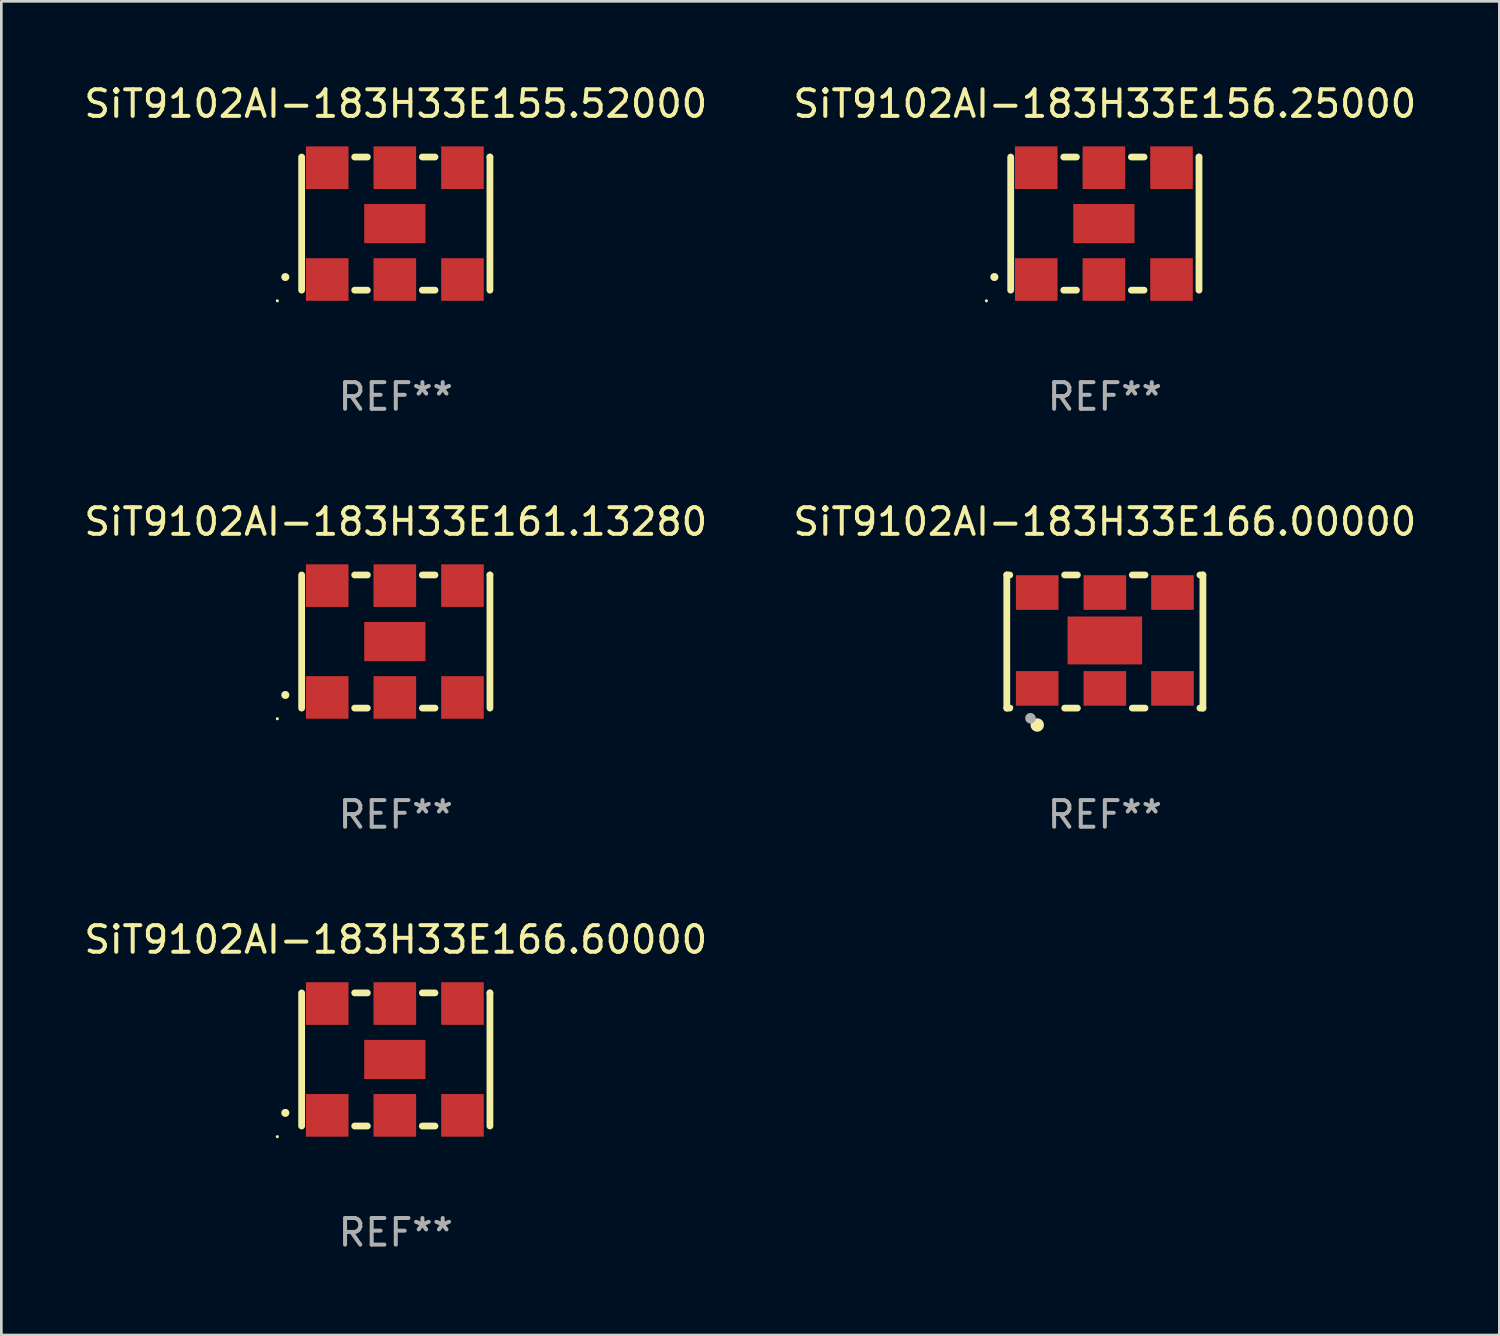
<source format=kicad_pcb>
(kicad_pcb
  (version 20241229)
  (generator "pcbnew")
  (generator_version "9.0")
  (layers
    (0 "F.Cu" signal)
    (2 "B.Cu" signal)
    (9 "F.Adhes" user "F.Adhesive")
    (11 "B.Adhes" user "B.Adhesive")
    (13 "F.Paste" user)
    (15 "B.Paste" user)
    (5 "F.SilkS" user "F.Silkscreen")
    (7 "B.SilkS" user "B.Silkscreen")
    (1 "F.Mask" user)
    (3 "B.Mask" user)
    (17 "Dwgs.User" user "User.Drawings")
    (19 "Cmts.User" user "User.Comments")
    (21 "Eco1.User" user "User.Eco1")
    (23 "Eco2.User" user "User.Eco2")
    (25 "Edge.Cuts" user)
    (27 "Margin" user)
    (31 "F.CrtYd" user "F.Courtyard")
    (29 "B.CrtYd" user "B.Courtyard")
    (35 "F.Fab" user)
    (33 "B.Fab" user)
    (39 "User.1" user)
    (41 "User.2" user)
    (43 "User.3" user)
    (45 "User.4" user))
  (footprint "SiT9102AI-183H33E166.00000"
    (layer "F.Cu")
    (at 38.446 21.045)
    (property "Reference" "SiT9102AI-183H33E166.00000" (at 0 -4.5 0) (layer "F.SilkS") (effects (font (size 1 1) (thickness 0.15))))
    (attr through_hole)
    (fp_line (start -3.683 -2.5) (end -3.571 -2.5) (stroke (width 0.254) (type solid)) (layer "F.SilkS"))
    (fp_line (start -3.683 2.5) (end -3.683 -2.5) (stroke (width 0.254) (type solid)) (layer "F.SilkS"))
    (fp_line (start -3.683 2.5) (end -3.571 2.5) (stroke (width 0.254) (type solid)) (layer "F.SilkS"))
    (fp_line (start -1.509 -2.5) (end -1.031 -2.5) (stroke (width 0.254) (type solid)) (layer "F.SilkS"))
    (fp_line (start -1.509 2.5) (end -1.031 2.5) (stroke (width 0.254) (type solid)) (layer "F.SilkS"))
    (fp_line (start 1.031 -2.5) (end 1.509 -2.5) (stroke (width 0.254) (type solid)) (layer "F.SilkS"))
    (fp_line (start 1.031 2.5) (end 1.509 2.5) (stroke (width 0.254) (type solid)) (layer "F.SilkS"))
    (fp_line (start 3.571 -2.5) (end 3.683 -2.5) (stroke (width 0.254) (type solid)) (layer "F.SilkS"))
    (fp_line (start 3.571 2.5) (end 3.683 2.5) (stroke (width 0.254) (type solid)) (layer "F.SilkS"))
    (fp_line (start 3.683 2.5) (end 3.683 -2.5) (stroke (width 0.254) (type solid)) (layer "F.SilkS"))
    (fp_circle (center -3.5 2.46) (end -3.47 2.46) (stroke (width 0.06) (type solid)) (fill no) (layer "F.SilkS"))
    (fp_circle (center -2.54 3.135) (end -2.413 3.135) (stroke (width 0.254) (type solid)) (fill no) (layer "F.SilkS"))
    (fp_circle (center -2.794 2.881) (end -2.694 2.881) (stroke (width 0.2) (type solid)) (fill no) (layer "F.Fab"))
    (fp_text user "REF**" (at 0 6.5 0) (layer "F.Fab") (effects (font (size 1 1) (thickness 0.15))))
    (pad "1" smd rect (at -2.54 1.76) (size 1.6 1.3) (layers "F.Cu" "F.Mask" "F.Paste"))
    (pad "2" smd rect (at 0 1.76) (size 1.6 1.3) (layers "F.Cu" "F.Mask" "F.Paste"))
    (pad "3" smd rect (at 2.54 1.76) (size 1.6 1.3) (layers "F.Cu" "F.Mask" "F.Paste"))
    (pad "4" smd rect (at 2.54 -1.84) (size 1.6 1.3) (layers "F.Cu" "F.Mask" "F.Paste"))
    (pad "5" smd rect (at 0 -1.84) (size 1.6 1.3) (layers "F.Cu" "F.Mask" "F.Paste"))
    (pad "6" smd rect (at -2.54 -1.84) (size 1.6 1.3) (layers "F.Cu" "F.Mask" "F.Paste"))
    (pad "7" smd rect (at 0 -0.04) (size 2.8 1.8) (layers "F.Cu" "F.Mask" "F.Paste")))
  (footprint "SiT9102AI-183H33E156.25000"
    (layer "F.Cu")
    (at 38.446 5.348)
    (property "Reference" "SiT9102AI-183H33E156.25000" (at 0 -4.5 0) (layer "F.SilkS") (effects (font (size 1 1) (thickness 0.15))))
    (attr through_hole)
    (fp_line (start -3.536 -2.5) (end -3.536 2.5) (stroke (width 0.254) (type solid)) (layer "F.SilkS"))
    (fp_line (start -1.544 2.5) (end -1.067 2.5) (stroke (width 0.254) (type solid)) (layer "F.SilkS"))
    (fp_line (start -1.067 -2.5) (end -1.544 -2.5) (stroke (width 0.254) (type solid)) (layer "F.SilkS"))
    (fp_line (start 0.996 2.5) (end 1.473 2.5) (stroke (width 0.254) (type solid)) (layer "F.SilkS"))
    (fp_line (start 1.473 -2.5) (end 0.996 -2.5) (stroke (width 0.254) (type solid)) (layer "F.SilkS"))
    (fp_line (start 3.536 -2.5) (end 3.536 -2.5) (stroke (width 0.254) (type solid)) (layer "F.SilkS"))
    (fp_line (start 3.536 2.5) (end 3.536 -2.5) (stroke (width 0.254) (type solid)) (layer "F.SilkS"))
    (fp_arc (start -4.150432 2.006604) (mid -4.149162 2.006599) (end -4.147892 2.006604) (stroke (width 0.3) (type solid)) (layer "F.SilkS"))
    (fp_circle (center -4.449 2.9) (end -4.419 2.9) (stroke (width 0.06) (type solid)) (fill no) (layer "F.SilkS"))
    (fp_text user "REF**" (at 0 6.5 0) (layer "F.Fab") (effects (font (size 1 1) (thickness 0.15))))
    (pad "1" smd rect (at -2.576 2.1) (size 1.6 1.6) (layers "F.Cu" "F.Mask" "F.Paste"))
    (pad "2" smd rect (at -0.036 2.1) (size 1.6 1.6) (layers "F.Cu" "F.Mask" "F.Paste"))
    (pad "3" smd rect (at 2.504 2.1) (size 1.6 1.6) (layers "F.Cu" "F.Mask" "F.Paste"))
    (pad "4" smd rect (at 2.504 -2.1) (size 1.6 1.6) (layers "F.Cu" "F.Mask" "F.Paste"))
    (pad "5" smd rect (at -0.036 -2.1) (size 1.6 1.6) (layers "F.Cu" "F.Mask" "F.Paste"))
    (pad "6" smd rect (at -2.576 -2.1) (size 1.6 1.6) (layers "F.Cu" "F.Mask" "F.Paste"))
    (pad "7" smd rect (at -0.036 0) (size 2.3 1.47) (layers "F.Cu" "F.Mask" "F.Paste")))
  (footprint "SiT9102AI-183H33E161.13280"
    (layer "F.Cu")
    (at 11.815 21.045)
    (property "Reference" "SiT9102AI-183H33E161.13280" (at 0 -4.5 0) (layer "F.SilkS") (effects (font (size 1 1) (thickness 0.15))))
    (attr through_hole)
    (fp_line (start -3.536 -2.5) (end -3.536 2.5) (stroke (width 0.254) (type solid)) (layer "F.SilkS"))
    (fp_line (start -1.544 2.5) (end -1.067 2.5) (stroke (width 0.254) (type solid)) (layer "F.SilkS"))
    (fp_line (start -1.067 -2.5) (end -1.544 -2.5) (stroke (width 0.254) (type solid)) (layer "F.SilkS"))
    (fp_line (start 0.996 2.5) (end 1.473 2.5) (stroke (width 0.254) (type solid)) (layer "F.SilkS"))
    (fp_line (start 1.473 -2.5) (end 0.996 -2.5) (stroke (width 0.254) (type solid)) (layer "F.SilkS"))
    (fp_line (start 3.536 -2.5) (end 3.536 -2.5) (stroke (width 0.254) (type solid)) (layer "F.SilkS"))
    (fp_line (start 3.536 2.5) (end 3.536 -2.5) (stroke (width 0.254) (type solid)) (layer "F.SilkS"))
    (fp_arc (start -4.150432 2.006604) (mid -4.149162 2.006599) (end -4.147892 2.006604) (stroke (width 0.3) (type solid)) (layer "F.SilkS"))
    (fp_circle (center -4.449 2.9) (end -4.419 2.9) (stroke (width 0.06) (type solid)) (fill no) (layer "F.SilkS"))
    (fp_text user "REF**" (at 0 6.5 0) (layer "F.Fab") (effects (font (size 1 1) (thickness 0.15))))
    (pad "1" smd rect (at -2.576 2.1) (size 1.6 1.6) (layers "F.Cu" "F.Mask" "F.Paste"))
    (pad "2" smd rect (at -0.036 2.1) (size 1.6 1.6) (layers "F.Cu" "F.Mask" "F.Paste"))
    (pad "3" smd rect (at 2.504 2.1) (size 1.6 1.6) (layers "F.Cu" "F.Mask" "F.Paste"))
    (pad "4" smd rect (at 2.504 -2.1) (size 1.6 1.6) (layers "F.Cu" "F.Mask" "F.Paste"))
    (pad "5" smd rect (at -0.036 -2.1) (size 1.6 1.6) (layers "F.Cu" "F.Mask" "F.Paste"))
    (pad "6" smd rect (at -2.576 -2.1) (size 1.6 1.6) (layers "F.Cu" "F.Mask" "F.Paste"))
    (pad "7" smd rect (at -0.036 0) (size 2.3 1.47) (layers "F.Cu" "F.Mask" "F.Paste")))
  (footprint "SiT9102AI-183H33E155.52000"
    (layer "F.Cu")
    (at 11.815 5.348)
    (property "Reference" "SiT9102AI-183H33E155.52000" (at 0 -4.5 0) (layer "F.SilkS") (effects (font (size 1 1) (thickness 0.15))))
    (attr through_hole)
    (fp_line (start -3.536 -2.5) (end -3.536 2.5) (stroke (width 0.254) (type solid)) (layer "F.SilkS"))
    (fp_line (start -1.544 2.5) (end -1.067 2.5) (stroke (width 0.254) (type solid)) (layer "F.SilkS"))
    (fp_line (start -1.067 -2.5) (end -1.544 -2.5) (stroke (width 0.254) (type solid)) (layer "F.SilkS"))
    (fp_line (start 0.996 2.5) (end 1.473 2.5) (stroke (width 0.254) (type solid)) (layer "F.SilkS"))
    (fp_line (start 1.473 -2.5) (end 0.996 -2.5) (stroke (width 0.254) (type solid)) (layer "F.SilkS"))
    (fp_line (start 3.536 -2.5) (end 3.536 -2.5) (stroke (width 0.254) (type solid)) (layer "F.SilkS"))
    (fp_line (start 3.536 2.5) (end 3.536 -2.5) (stroke (width 0.254) (type solid)) (layer "F.SilkS"))
    (fp_arc (start -4.150432 2.006604) (mid -4.149162 2.006599) (end -4.147892 2.006604) (stroke (width 0.3) (type solid)) (layer "F.SilkS"))
    (fp_circle (center -4.449 2.9) (end -4.419 2.9) (stroke (width 0.06) (type solid)) (fill no) (layer "F.SilkS"))
    (fp_text user "REF**" (at 0 6.5 0) (layer "F.Fab") (effects (font (size 1 1) (thickness 0.15))))
    (pad "1" smd rect (at -2.576 2.1) (size 1.6 1.6) (layers "F.Cu" "F.Mask" "F.Paste"))
    (pad "2" smd rect (at -0.036 2.1) (size 1.6 1.6) (layers "F.Cu" "F.Mask" "F.Paste"))
    (pad "3" smd rect (at 2.504 2.1) (size 1.6 1.6) (layers "F.Cu" "F.Mask" "F.Paste"))
    (pad "4" smd rect (at 2.504 -2.1) (size 1.6 1.6) (layers "F.Cu" "F.Mask" "F.Paste"))
    (pad "5" smd rect (at -0.036 -2.1) (size 1.6 1.6) (layers "F.Cu" "F.Mask" "F.Paste"))
    (pad "6" smd rect (at -2.576 -2.1) (size 1.6 1.6) (layers "F.Cu" "F.Mask" "F.Paste"))
    (pad "7" smd rect (at -0.036 0) (size 2.3 1.47) (layers "F.Cu" "F.Mask" "F.Paste")))
  (footprint "SiT9102AI-183H33E166.60000"
    (layer "F.Cu")
    (at 11.815 36.741)
    (property "Reference" "SiT9102AI-183H33E166.60000" (at 0 -4.5 0) (layer "F.SilkS") (effects (font (size 1 1) (thickness 0.15))))
    (attr through_hole)
    (fp_line (start -3.536 -2.5) (end -3.536 2.5) (stroke (width 0.254) (type solid)) (layer "F.SilkS"))
    (fp_line (start -1.544 2.5) (end -1.067 2.5) (stroke (width 0.254) (type solid)) (layer "F.SilkS"))
    (fp_line (start -1.067 -2.5) (end -1.544 -2.5) (stroke (width 0.254) (type solid)) (layer "F.SilkS"))
    (fp_line (start 0.996 2.5) (end 1.473 2.5) (stroke (width 0.254) (type solid)) (layer "F.SilkS"))
    (fp_line (start 1.473 -2.5) (end 0.996 -2.5) (stroke (width 0.254) (type solid)) (layer "F.SilkS"))
    (fp_line (start 3.536 -2.5) (end 3.536 -2.5) (stroke (width 0.254) (type solid)) (layer "F.SilkS"))
    (fp_line (start 3.536 2.5) (end 3.536 -2.5) (stroke (width 0.254) (type solid)) (layer "F.SilkS"))
    (fp_arc (start -4.150432 2.006604) (mid -4.149162 2.006599) (end -4.147892 2.006604) (stroke (width 0.3) (type solid)) (layer "F.SilkS"))
    (fp_circle (center -4.449 2.9) (end -4.419 2.9) (stroke (width 0.06) (type solid)) (fill no) (layer "F.SilkS"))
    (fp_text user "REF**" (at 0 6.5 0) (layer "F.Fab") (effects (font (size 1 1) (thickness 0.15))))
    (pad "1" smd rect (at -2.576 2.1) (size 1.6 1.6) (layers "F.Cu" "F.Mask" "F.Paste"))
    (pad "2" smd rect (at -0.036 2.1) (size 1.6 1.6) (layers "F.Cu" "F.Mask" "F.Paste"))
    (pad "3" smd rect (at 2.504 2.1) (size 1.6 1.6) (layers "F.Cu" "F.Mask" "F.Paste"))
    (pad "4" smd rect (at 2.504 -2.1) (size 1.6 1.6) (layers "F.Cu" "F.Mask" "F.Paste"))
    (pad "5" smd rect (at -0.036 -2.1) (size 1.6 1.6) (layers "F.Cu" "F.Mask" "F.Paste"))
    (pad "6" smd rect (at -2.576 -2.1) (size 1.6 1.6) (layers "F.Cu" "F.Mask" "F.Paste"))
    (pad "7" smd rect (at -0.036 0) (size 2.3 1.47) (layers "F.Cu" "F.Mask" "F.Paste")))
  (gr_rect
    (start -3 -3)
    (end 53.262 47.09)
    (stroke (width 0.1) (type default))
    (fill no)
    (layer "Edge.Cuts")))
</source>
